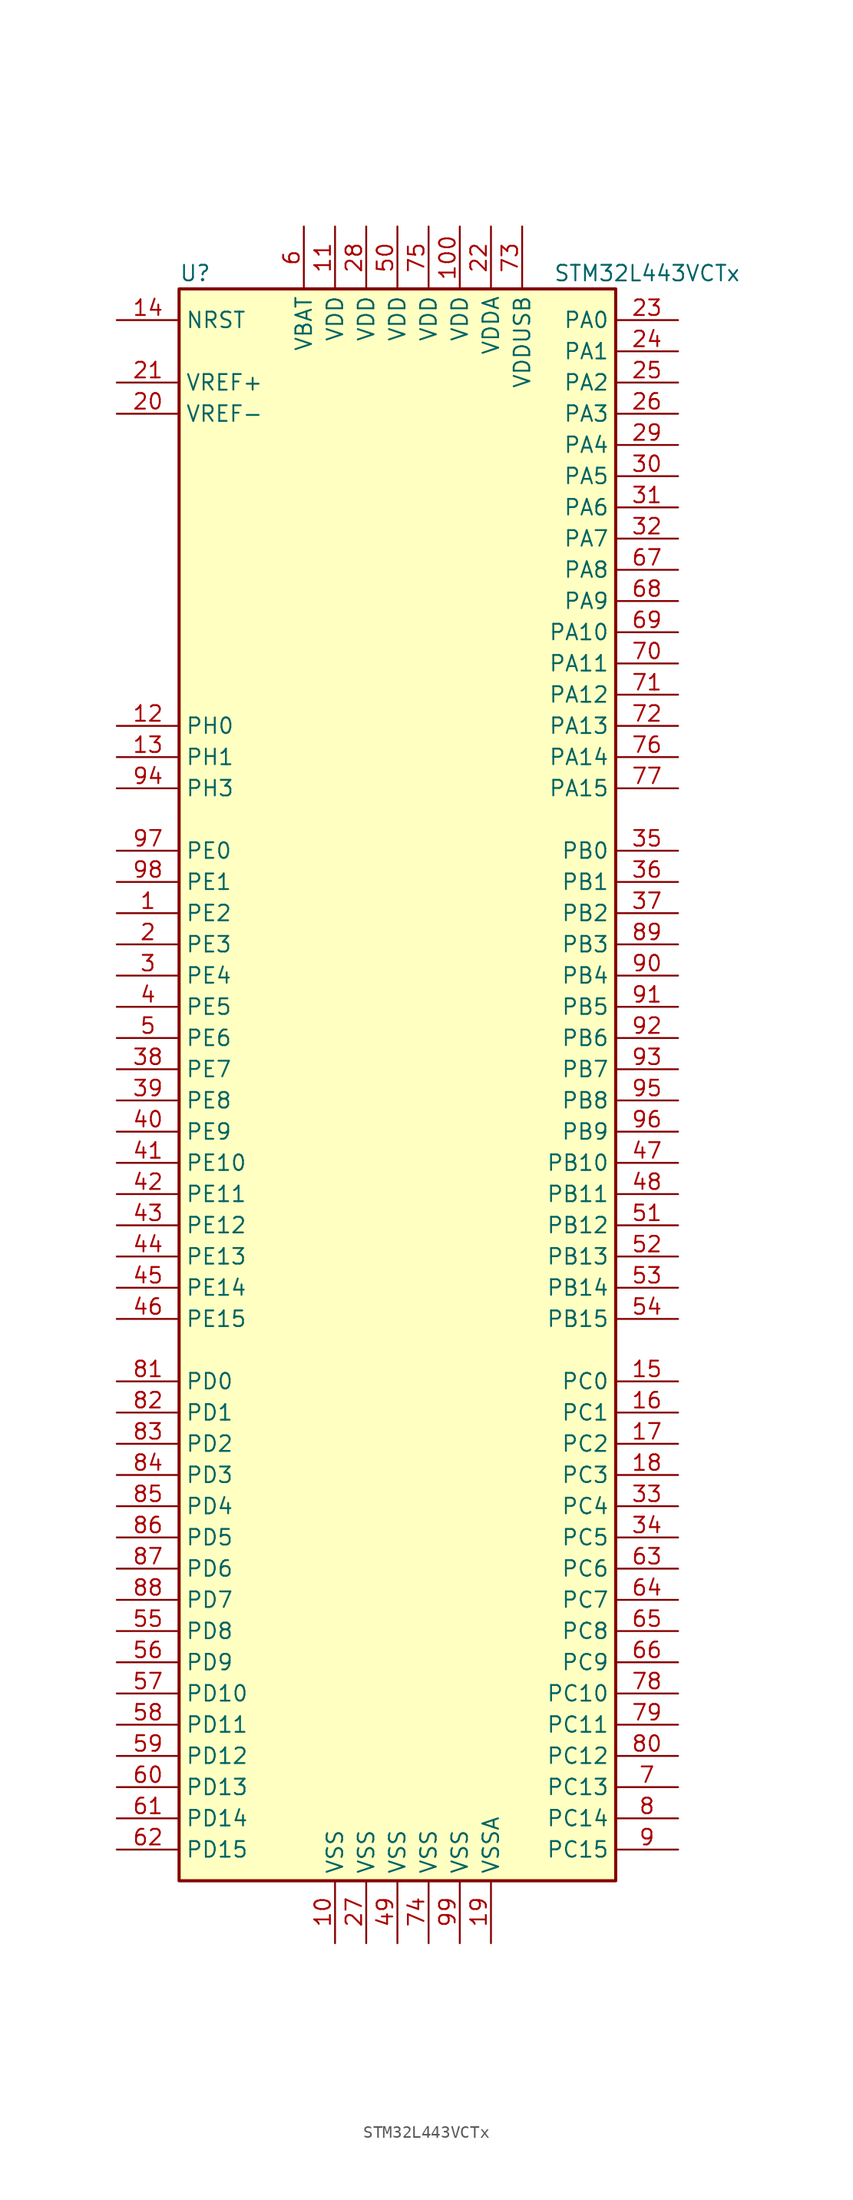
<source format=kicad_sym>
(kicad_symbol_lib
  (version 20211014)
  (generator kicad_symbol_editor)
  (symbol "STM32L443VCTx"
    (property "Reference" "U"
      (at -17.78 64.77 0)
      (effects (font (size 1.27 1.27)) (justify left)))
    (property "Value" "STM32L443VCTx"
      (at 12.7 64.77 0)
      (effects (font (size 1.27 1.27)) (justify left)))
    (symbol "STM32L443VCTx_0_1"
      (rectangle (start -17.78 -66.04) (end 17.78 63.5) (stroke (width 0.254) (type default) (color 0 0 0 0)) (fill (type background))))
    (symbol "STM32L443VCTx_1_1"
      (pin bidirectional line (at -22.86 12.7 0) (length 5.08) (name "PE2" (effects (font (size 1.27 1.27)))) (number "1" (effects (font (size 1.27 1.27)))))
      (pin power_in line (at -5.08 -71.12 90) (length 5.08) (name "VSS" (effects (font (size 1.27 1.27)))) (number "10" (effects (font (size 1.27 1.27)))))
      (pin power_in line (at 5.08 68.58 270) (length 5.08) (name "VDD" (effects (font (size 1.27 1.27)))) (number "100" (effects (font (size 1.27 1.27)))))
      (pin power_in line (at -5.08 68.58 270) (length 5.08) (name "VDD" (effects (font (size 1.27 1.27)))) (number "11" (effects (font (size 1.27 1.27)))))
      (pin input line (at -22.86 27.94 0) (length 5.08) (name "PH0" (effects (font (size 1.27 1.27)))) (number "12" (effects (font (size 1.27 1.27)))))
      (pin input line (at -22.86 25.4 0) (length 5.08) (name "PH1" (effects (font (size 1.27 1.27)))) (number "13" (effects (font (size 1.27 1.27)))))
      (pin input line (at -22.86 60.96 0) (length 5.08) (name "NRST" (effects (font (size 1.27 1.27)))) (number "14" (effects (font (size 1.27 1.27)))))
      (pin bidirectional line (at 22.86 -25.4 180) (length 5.08) (name "PC0" (effects (font (size 1.27 1.27)))) (number "15" (effects (font (size 1.27 1.27)))))
      (pin bidirectional line (at 22.86 -27.94 180) (length 5.08) (name "PC1" (effects (font (size 1.27 1.27)))) (number "16" (effects (font (size 1.27 1.27)))))
      (pin bidirectional line (at 22.86 -30.48 180) (length 5.08) (name "PC2" (effects (font (size 1.27 1.27)))) (number "17" (effects (font (size 1.27 1.27)))))
      (pin bidirectional line (at 22.86 -33.02 180) (length 5.08) (name "PC3" (effects (font (size 1.27 1.27)))) (number "18" (effects (font (size 1.27 1.27)))))
      (pin power_in line (at 7.62 -71.12 90) (length 5.08) (name "VSSA" (effects (font (size 1.27 1.27)))) (number "19" (effects (font (size 1.27 1.27)))))
      (pin bidirectional line (at -22.86 10.16 0) (length 5.08) (name "PE3" (effects (font (size 1.27 1.27)))) (number "2" (effects (font (size 1.27 1.27)))))
      (pin power_in line (at -22.86 53.34 0) (length 5.08) (name "VREF-" (effects (font (size 1.27 1.27)))) (number "20" (effects (font (size 1.27 1.27)))))
      (pin bidirectional line (at -22.86 55.88 0) (length 5.08) (name "VREF+" (effects (font (size 1.27 1.27)))) (number "21" (effects (font (size 1.27 1.27)))))
      (pin power_in line (at 7.62 68.58 270) (length 5.08) (name "VDDA" (effects (font (size 1.27 1.27)))) (number "22" (effects (font (size 1.27 1.27)))))
      (pin bidirectional line (at 22.86 60.96 180) (length 5.08) (name "PA0" (effects (font (size 1.27 1.27)))) (number "23" (effects (font (size 1.27 1.27)))))
      (pin bidirectional line (at 22.86 58.42 180) (length 5.08) (name "PA1" (effects (font (size 1.27 1.27)))) (number "24" (effects (font (size 1.27 1.27)))))
      (pin bidirectional line (at 22.86 55.88 180) (length 5.08) (name "PA2" (effects (font (size 1.27 1.27)))) (number "25" (effects (font (size 1.27 1.27)))))
      (pin bidirectional line (at 22.86 53.34 180) (length 5.08) (name "PA3" (effects (font (size 1.27 1.27)))) (number "26" (effects (font (size 1.27 1.27)))))
      (pin power_in line (at -2.54 -71.12 90) (length 5.08) (name "VSS" (effects (font (size 1.27 1.27)))) (number "27" (effects (font (size 1.27 1.27)))))
      (pin power_in line (at -2.54 68.58 270) (length 5.08) (name "VDD" (effects (font (size 1.27 1.27)))) (number "28" (effects (font (size 1.27 1.27)))))
      (pin bidirectional line (at 22.86 50.8 180) (length 5.08) (name "PA4" (effects (font (size 1.27 1.27)))) (number "29" (effects (font (size 1.27 1.27)))))
      (pin bidirectional line (at -22.86 7.62 0) (length 5.08) (name "PE4" (effects (font (size 1.27 1.27)))) (number "3" (effects (font (size 1.27 1.27)))))
      (pin bidirectional line (at 22.86 48.26 180) (length 5.08) (name "PA5" (effects (font (size 1.27 1.27)))) (number "30" (effects (font (size 1.27 1.27)))))
      (pin bidirectional line (at 22.86 45.72 180) (length 5.08) (name "PA6" (effects (font (size 1.27 1.27)))) (number "31" (effects (font (size 1.27 1.27)))))
      (pin bidirectional line (at 22.86 43.18 180) (length 5.08) (name "PA7" (effects (font (size 1.27 1.27)))) (number "32" (effects (font (size 1.27 1.27)))))
      (pin bidirectional line (at 22.86 -35.56 180) (length 5.08) (name "PC4" (effects (font (size 1.27 1.27)))) (number "33" (effects (font (size 1.27 1.27)))))
      (pin bidirectional line (at 22.86 -38.1 180) (length 5.08) (name "PC5" (effects (font (size 1.27 1.27)))) (number "34" (effects (font (size 1.27 1.27)))))
      (pin bidirectional line (at 22.86 17.78 180) (length 5.08) (name "PB0" (effects (font (size 1.27 1.27)))) (number "35" (effects (font (size 1.27 1.27)))))
      (pin bidirectional line (at 22.86 15.24 180) (length 5.08) (name "PB1" (effects (font (size 1.27 1.27)))) (number "36" (effects (font (size 1.27 1.27)))))
      (pin bidirectional line (at 22.86 12.7 180) (length 5.08) (name "PB2" (effects (font (size 1.27 1.27)))) (number "37" (effects (font (size 1.27 1.27)))))
      (pin bidirectional line (at -22.86 0 0) (length 5.08) (name "PE7" (effects (font (size 1.27 1.27)))) (number "38" (effects (font (size 1.27 1.27)))))
      (pin bidirectional line (at -22.86 -2.54 0) (length 5.08) (name "PE8" (effects (font (size 1.27 1.27)))) (number "39" (effects (font (size 1.27 1.27)))))
      (pin bidirectional line (at -22.86 5.08 0) (length 5.08) (name "PE5" (effects (font (size 1.27 1.27)))) (number "4" (effects (font (size 1.27 1.27)))))
      (pin bidirectional line (at -22.86 -5.08 0) (length 5.08) (name "PE9" (effects (font (size 1.27 1.27)))) (number "40" (effects (font (size 1.27 1.27)))))
      (pin bidirectional line (at -22.86 -7.62 0) (length 5.08) (name "PE10" (effects (font (size 1.27 1.27)))) (number "41" (effects (font (size 1.27 1.27)))))
      (pin bidirectional line (at -22.86 -10.16 0) (length 5.08) (name "PE11" (effects (font (size 1.27 1.27)))) (number "42" (effects (font (size 1.27 1.27)))))
      (pin bidirectional line (at -22.86 -12.7 0) (length 5.08) (name "PE12" (effects (font (size 1.27 1.27)))) (number "43" (effects (font (size 1.27 1.27)))))
      (pin bidirectional line (at -22.86 -15.24 0) (length 5.08) (name "PE13" (effects (font (size 1.27 1.27)))) (number "44" (effects (font (size 1.27 1.27)))))
      (pin bidirectional line (at -22.86 -17.78 0) (length 5.08) (name "PE14" (effects (font (size 1.27 1.27)))) (number "45" (effects (font (size 1.27 1.27)))))
      (pin bidirectional line (at -22.86 -20.32 0) (length 5.08) (name "PE15" (effects (font (size 1.27 1.27)))) (number "46" (effects (font (size 1.27 1.27)))))
      (pin bidirectional line (at 22.86 -7.62 180) (length 5.08) (name "PB10" (effects (font (size 1.27 1.27)))) (number "47" (effects (font (size 1.27 1.27)))))
      (pin bidirectional line (at 22.86 -10.16 180) (length 5.08) (name "PB11" (effects (font (size 1.27 1.27)))) (number "48" (effects (font (size 1.27 1.27)))))
      (pin power_in line (at 0 -71.12 90) (length 5.08) (name "VSS" (effects (font (size 1.27 1.27)))) (number "49" (effects (font (size 1.27 1.27)))))
      (pin bidirectional line (at -22.86 2.54 0) (length 5.08) (name "PE6" (effects (font (size 1.27 1.27)))) (number "5" (effects (font (size 1.27 1.27)))))
      (pin power_in line (at 0 68.58 270) (length 5.08) (name "VDD" (effects (font (size 1.27 1.27)))) (number "50" (effects (font (size 1.27 1.27)))))
      (pin bidirectional line (at 22.86 -12.7 180) (length 5.08) (name "PB12" (effects (font (size 1.27 1.27)))) (number "51" (effects (font (size 1.27 1.27)))))
      (pin bidirectional line (at 22.86 -15.24 180) (length 5.08) (name "PB13" (effects (font (size 1.27 1.27)))) (number "52" (effects (font (size 1.27 1.27)))))
      (pin bidirectional line (at 22.86 -17.78 180) (length 5.08) (name "PB14" (effects (font (size 1.27 1.27)))) (number "53" (effects (font (size 1.27 1.27)))))
      (pin bidirectional line (at 22.86 -20.32 180) (length 5.08) (name "PB15" (effects (font (size 1.27 1.27)))) (number "54" (effects (font (size 1.27 1.27)))))
      (pin bidirectional line (at -22.86 -45.72 0) (length 5.08) (name "PD8" (effects (font (size 1.27 1.27)))) (number "55" (effects (font (size 1.27 1.27)))))
      (pin bidirectional line (at -22.86 -48.26 0) (length 5.08) (name "PD9" (effects (font (size 1.27 1.27)))) (number "56" (effects (font (size 1.27 1.27)))))
      (pin bidirectional line (at -22.86 -50.8 0) (length 5.08) (name "PD10" (effects (font (size 1.27 1.27)))) (number "57" (effects (font (size 1.27 1.27)))))
      (pin bidirectional line (at -22.86 -53.34 0) (length 5.08) (name "PD11" (effects (font (size 1.27 1.27)))) (number "58" (effects (font (size 1.27 1.27)))))
      (pin bidirectional line (at -22.86 -55.88 0) (length 5.08) (name "PD12" (effects (font (size 1.27 1.27)))) (number "59" (effects (font (size 1.27 1.27)))))
      (pin power_in line (at -7.62 68.58 270) (length 5.08) (name "VBAT" (effects (font (size 1.27 1.27)))) (number "6" (effects (font (size 1.27 1.27)))))
      (pin bidirectional line (at -22.86 -58.42 0) (length 5.08) (name "PD13" (effects (font (size 1.27 1.27)))) (number "60" (effects (font (size 1.27 1.27)))))
      (pin bidirectional line (at -22.86 -60.96 0) (length 5.08) (name "PD14" (effects (font (size 1.27 1.27)))) (number "61" (effects (font (size 1.27 1.27)))))
      (pin bidirectional line (at -22.86 -63.5 0) (length 5.08) (name "PD15" (effects (font (size 1.27 1.27)))) (number "62" (effects (font (size 1.27 1.27)))))
      (pin bidirectional line (at 22.86 -40.64 180) (length 5.08) (name "PC6" (effects (font (size 1.27 1.27)))) (number "63" (effects (font (size 1.27 1.27)))))
      (pin bidirectional line (at 22.86 -43.18 180) (length 5.08) (name "PC7" (effects (font (size 1.27 1.27)))) (number "64" (effects (font (size 1.27 1.27)))))
      (pin bidirectional line (at 22.86 -45.72 180) (length 5.08) (name "PC8" (effects (font (size 1.27 1.27)))) (number "65" (effects (font (size 1.27 1.27)))))
      (pin bidirectional line (at 22.86 -48.26 180) (length 5.08) (name "PC9" (effects (font (size 1.27 1.27)))) (number "66" (effects (font (size 1.27 1.27)))))
      (pin bidirectional line (at 22.86 40.64 180) (length 5.08) (name "PA8" (effects (font (size 1.27 1.27)))) (number "67" (effects (font (size 1.27 1.27)))))
      (pin bidirectional line (at 22.86 38.1 180) (length 5.08) (name "PA9" (effects (font (size 1.27 1.27)))) (number "68" (effects (font (size 1.27 1.27)))))
      (pin bidirectional line (at 22.86 35.56 180) (length 5.08) (name "PA10" (effects (font (size 1.27 1.27)))) (number "69" (effects (font (size 1.27 1.27)))))
      (pin bidirectional line (at 22.86 -58.42 180) (length 5.08) (name "PC13" (effects (font (size 1.27 1.27)))) (number "7" (effects (font (size 1.27 1.27)))))
      (pin bidirectional line (at 22.86 33.02 180) (length 5.08) (name "PA11" (effects (font (size 1.27 1.27)))) (number "70" (effects (font (size 1.27 1.27)))))
      (pin bidirectional line (at 22.86 30.48 180) (length 5.08) (name "PA12" (effects (font (size 1.27 1.27)))) (number "71" (effects (font (size 1.27 1.27)))))
      (pin bidirectional line (at 22.86 27.94 180) (length 5.08) (name "PA13" (effects (font (size 1.27 1.27)))) (number "72" (effects (font (size 1.27 1.27)))))
      (pin power_in line (at 10.16 68.58 270) (length 5.08) (name "VDDUSB" (effects (font (size 1.27 1.27)))) (number "73" (effects (font (size 1.27 1.27)))))
      (pin power_in line (at 2.54 -71.12 90) (length 5.08) (name "VSS" (effects (font (size 1.27 1.27)))) (number "74" (effects (font (size 1.27 1.27)))))
      (pin power_in line (at 2.54 68.58 270) (length 5.08) (name "VDD" (effects (font (size 1.27 1.27)))) (number "75" (effects (font (size 1.27 1.27)))))
      (pin bidirectional line (at 22.86 25.4 180) (length 5.08) (name "PA14" (effects (font (size 1.27 1.27)))) (number "76" (effects (font (size 1.27 1.27)))))
      (pin bidirectional line (at 22.86 22.86 180) (length 5.08) (name "PA15" (effects (font (size 1.27 1.27)))) (number "77" (effects (font (size 1.27 1.27)))))
      (pin bidirectional line (at 22.86 -50.8 180) (length 5.08) (name "PC10" (effects (font (size 1.27 1.27)))) (number "78" (effects (font (size 1.27 1.27)))))
      (pin bidirectional line (at 22.86 -53.34 180) (length 5.08) (name "PC11" (effects (font (size 1.27 1.27)))) (number "79" (effects (font (size 1.27 1.27)))))
      (pin bidirectional line (at 22.86 -60.96 180) (length 5.08) (name "PC14" (effects (font (size 1.27 1.27)))) (number "8" (effects (font (size 1.27 1.27)))))
      (pin bidirectional line (at 22.86 -55.88 180) (length 5.08) (name "PC12" (effects (font (size 1.27 1.27)))) (number "80" (effects (font (size 1.27 1.27)))))
      (pin bidirectional line (at -22.86 -25.4 0) (length 5.08) (name "PD0" (effects (font (size 1.27 1.27)))) (number "81" (effects (font (size 1.27 1.27)))))
      (pin bidirectional line (at -22.86 -27.94 0) (length 5.08) (name "PD1" (effects (font (size 1.27 1.27)))) (number "82" (effects (font (size 1.27 1.27)))))
      (pin bidirectional line (at -22.86 -30.48 0) (length 5.08) (name "PD2" (effects (font (size 1.27 1.27)))) (number "83" (effects (font (size 1.27 1.27)))))
      (pin bidirectional line (at -22.86 -33.02 0) (length 5.08) (name "PD3" (effects (font (size 1.27 1.27)))) (number "84" (effects (font (size 1.27 1.27)))))
      (pin bidirectional line (at -22.86 -35.56 0) (length 5.08) (name "PD4" (effects (font (size 1.27 1.27)))) (number "85" (effects (font (size 1.27 1.27)))))
      (pin bidirectional line (at -22.86 -38.1 0) (length 5.08) (name "PD5" (effects (font (size 1.27 1.27)))) (number "86" (effects (font (size 1.27 1.27)))))
      (pin bidirectional line (at -22.86 -40.64 0) (length 5.08) (name "PD6" (effects (font (size 1.27 1.27)))) (number "87" (effects (font (size 1.27 1.27)))))
      (pin bidirectional line (at -22.86 -43.18 0) (length 5.08) (name "PD7" (effects (font (size 1.27 1.27)))) (number "88" (effects (font (size 1.27 1.27)))))
      (pin bidirectional line (at 22.86 10.16 180) (length 5.08) (name "PB3" (effects (font (size 1.27 1.27)))) (number "89" (effects (font (size 1.27 1.27)))))
      (pin bidirectional line (at 22.86 -63.5 180) (length 5.08) (name "PC15" (effects (font (size 1.27 1.27)))) (number "9" (effects (font (size 1.27 1.27)))))
      (pin bidirectional line (at 22.86 7.62 180) (length 5.08) (name "PB4" (effects (font (size 1.27 1.27)))) (number "90" (effects (font (size 1.27 1.27)))))
      (pin bidirectional line (at 22.86 5.08 180) (length 5.08) (name "PB5" (effects (font (size 1.27 1.27)))) (number "91" (effects (font (size 1.27 1.27)))))
      (pin bidirectional line (at 22.86 2.54 180) (length 5.08) (name "PB6" (effects (font (size 1.27 1.27)))) (number "92" (effects (font (size 1.27 1.27)))))
      (pin bidirectional line (at 22.86 0 180) (length 5.08) (name "PB7" (effects (font (size 1.27 1.27)))) (number "93" (effects (font (size 1.27 1.27)))))
      (pin bidirectional line (at -22.86 22.86 0) (length 5.08) (name "PH3" (effects (font (size 1.27 1.27)))) (number "94" (effects (font (size 1.27 1.27)))))
      (pin bidirectional line (at 22.86 -2.54 180) (length 5.08) (name "PB8" (effects (font (size 1.27 1.27)))) (number "95" (effects (font (size 1.27 1.27)))))
      (pin bidirectional line (at 22.86 -5.08 180) (length 5.08) (name "PB9" (effects (font (size 1.27 1.27)))) (number "96" (effects (font (size 1.27 1.27)))))
      (pin bidirectional line (at -22.86 17.78 0) (length 5.08) (name "PE0" (effects (font (size 1.27 1.27)))) (number "97" (effects (font (size 1.27 1.27)))))
      (pin bidirectional line (at -22.86 15.24 0) (length 5.08) (name "PE1" (effects (font (size 1.27 1.27)))) (number "98" (effects (font (size 1.27 1.27)))))
      (pin power_in line (at 5.08 -71.12 90) (length 5.08) (name "VSS" (effects (font (size 1.27 1.27)))) (number "99" (effects (font (size 1.27 1.27))))))))
</source>
